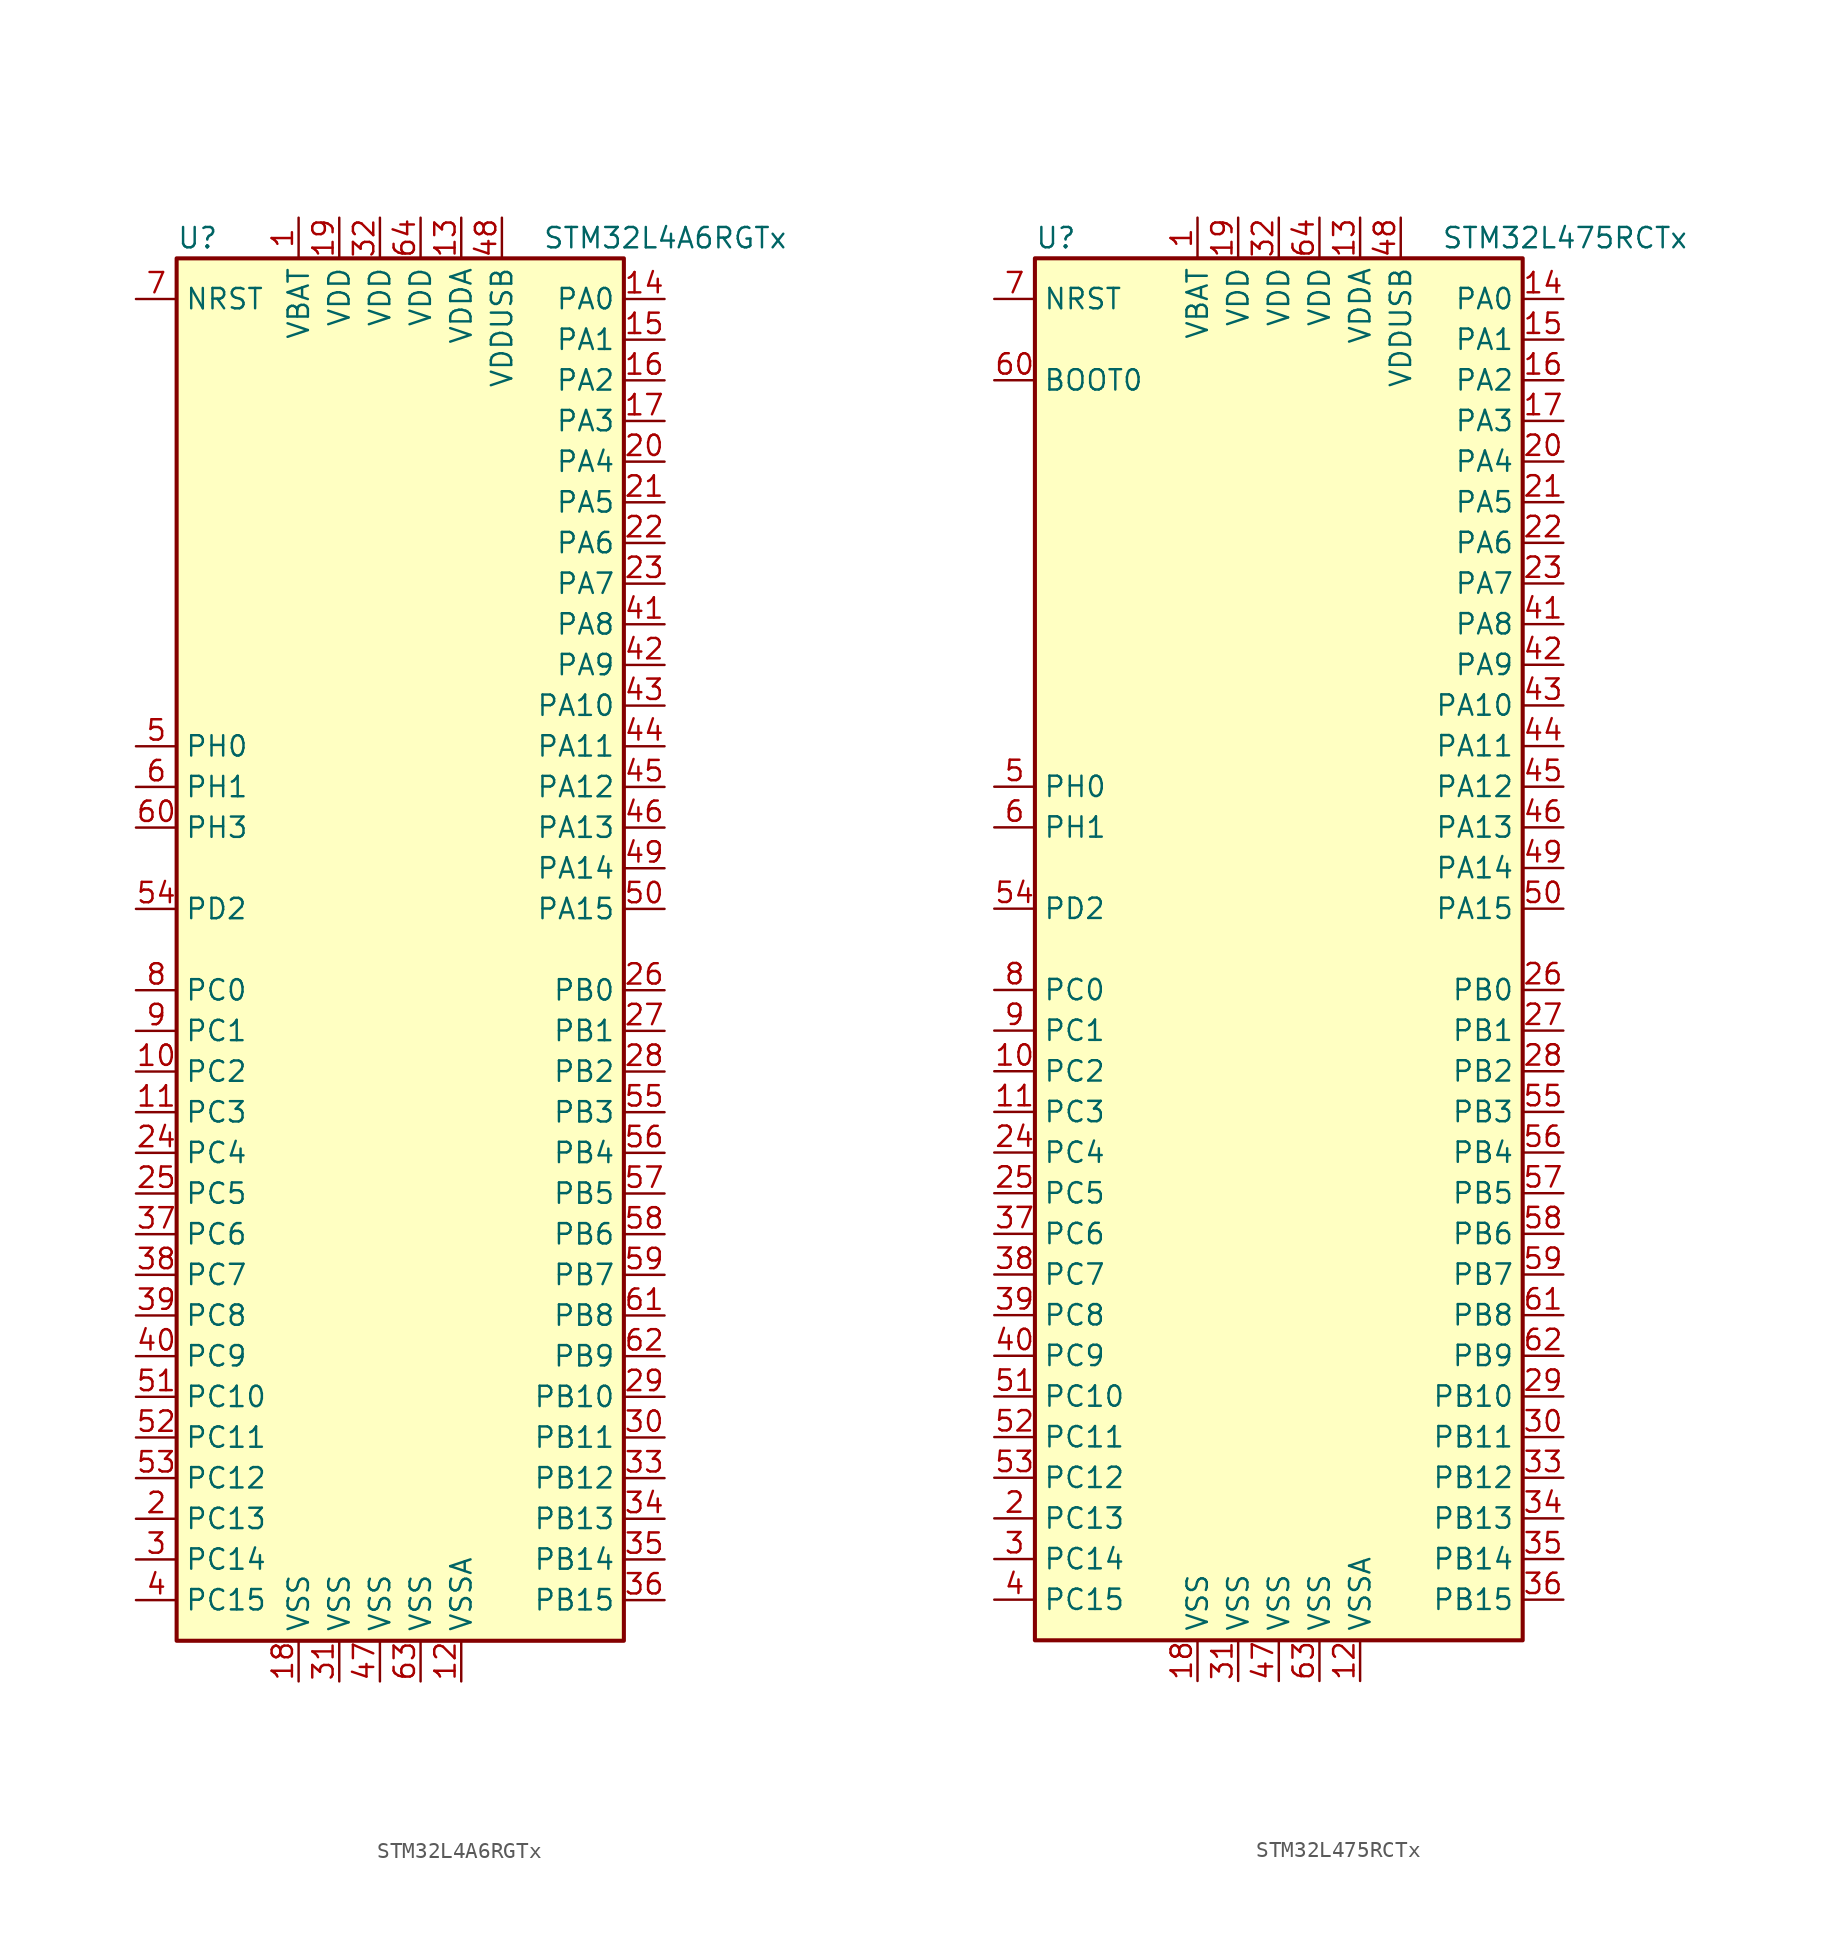
<source format=kicad_sym>
(kicad_symbol_lib
  (version 20220914)
  (generator kicad_symbol_editor)
  (symbol "STM32L4A6RGTx"
    (property "Reference" "U"
      (at -15.24 44.45 0)
      (effects (font (size 1.27 1.27)) (justify left)))
    (property "Value" "STM32L4A6RGTx"
      (at 7.62 44.45 0)
      (effects (font (size 1.27 1.27)) (justify left)))
    (symbol "STM32L4A6RGTx_0_1"
      (rectangle (start -15.24 -43.18) (end 12.7 43.18) (stroke (width 0.254) (type default)) (fill (type background))))
    (symbol "STM32L4A6RGTx_1_1"
      (pin power_in line (at -7.62 45.72 270) (length 2.54) (name "VBAT" (effects (font (size 1.27 1.27)))) (number "1" (effects (font (size 1.27 1.27)))))
      (pin bidirectional line (at -17.78 -7.62 0) (length 2.54) (name "PC2" (effects (font (size 1.27 1.27)))) (number "10" (effects (font (size 1.27 1.27)))))
      (pin bidirectional line (at -17.78 -10.16 0) (length 2.54) (name "PC3" (effects (font (size 1.27 1.27)))) (number "11" (effects (font (size 1.27 1.27)))))
      (pin power_in line (at 2.54 -45.72 90) (length 2.54) (name "VSSA" (effects (font (size 1.27 1.27)))) (number "12" (effects (font (size 1.27 1.27)))))
      (pin power_in line (at 2.54 45.72 270) (length 2.54) (name "VDDA" (effects (font (size 1.27 1.27)))) (number "13" (effects (font (size 1.27 1.27)))))
      (pin bidirectional line (at 15.24 40.64 180) (length 2.54) (name "PA0" (effects (font (size 1.27 1.27)))) (number "14" (effects (font (size 1.27 1.27)))))
      (pin bidirectional line (at 15.24 38.1 180) (length 2.54) (name "PA1" (effects (font (size 1.27 1.27)))) (number "15" (effects (font (size 1.27 1.27)))))
      (pin bidirectional line (at 15.24 35.56 180) (length 2.54) (name "PA2" (effects (font (size 1.27 1.27)))) (number "16" (effects (font (size 1.27 1.27)))))
      (pin bidirectional line (at 15.24 33.02 180) (length 2.54) (name "PA3" (effects (font (size 1.27 1.27)))) (number "17" (effects (font (size 1.27 1.27)))))
      (pin power_in line (at -7.62 -45.72 90) (length 2.54) (name "VSS" (effects (font (size 1.27 1.27)))) (number "18" (effects (font (size 1.27 1.27)))))
      (pin power_in line (at -5.08 45.72 270) (length 2.54) (name "VDD" (effects (font (size 1.27 1.27)))) (number "19" (effects (font (size 1.27 1.27)))))
      (pin bidirectional line (at -17.78 -35.56 0) (length 2.54) (name "PC13" (effects (font (size 1.27 1.27)))) (number "2" (effects (font (size 1.27 1.27)))))
      (pin bidirectional line (at 15.24 30.48 180) (length 2.54) (name "PA4" (effects (font (size 1.27 1.27)))) (number "20" (effects (font (size 1.27 1.27)))))
      (pin bidirectional line (at 15.24 27.94 180) (length 2.54) (name "PA5" (effects (font (size 1.27 1.27)))) (number "21" (effects (font (size 1.27 1.27)))))
      (pin bidirectional line (at 15.24 25.4 180) (length 2.54) (name "PA6" (effects (font (size 1.27 1.27)))) (number "22" (effects (font (size 1.27 1.27)))))
      (pin bidirectional line (at 15.24 22.86 180) (length 2.54) (name "PA7" (effects (font (size 1.27 1.27)))) (number "23" (effects (font (size 1.27 1.27)))))
      (pin bidirectional line (at -17.78 -12.7 0) (length 2.54) (name "PC4" (effects (font (size 1.27 1.27)))) (number "24" (effects (font (size 1.27 1.27)))))
      (pin bidirectional line (at -17.78 -15.24 0) (length 2.54) (name "PC5" (effects (font (size 1.27 1.27)))) (number "25" (effects (font (size 1.27 1.27)))))
      (pin bidirectional line (at 15.24 -2.54 180) (length 2.54) (name "PB0" (effects (font (size 1.27 1.27)))) (number "26" (effects (font (size 1.27 1.27)))))
      (pin bidirectional line (at 15.24 -5.08 180) (length 2.54) (name "PB1" (effects (font (size 1.27 1.27)))) (number "27" (effects (font (size 1.27 1.27)))))
      (pin bidirectional line (at 15.24 -7.62 180) (length 2.54) (name "PB2" (effects (font (size 1.27 1.27)))) (number "28" (effects (font (size 1.27 1.27)))))
      (pin bidirectional line (at 15.24 -27.94 180) (length 2.54) (name "PB10" (effects (font (size 1.27 1.27)))) (number "29" (effects (font (size 1.27 1.27)))))
      (pin bidirectional line (at -17.78 -38.1 0) (length 2.54) (name "PC14" (effects (font (size 1.27 1.27)))) (number "3" (effects (font (size 1.27 1.27)))))
      (pin bidirectional line (at 15.24 -30.48 180) (length 2.54) (name "PB11" (effects (font (size 1.27 1.27)))) (number "30" (effects (font (size 1.27 1.27)))))
      (pin power_in line (at -5.08 -45.72 90) (length 2.54) (name "VSS" (effects (font (size 1.27 1.27)))) (number "31" (effects (font (size 1.27 1.27)))))
      (pin power_in line (at -2.54 45.72 270) (length 2.54) (name "VDD" (effects (font (size 1.27 1.27)))) (number "32" (effects (font (size 1.27 1.27)))))
      (pin bidirectional line (at 15.24 -33.02 180) (length 2.54) (name "PB12" (effects (font (size 1.27 1.27)))) (number "33" (effects (font (size 1.27 1.27)))))
      (pin bidirectional line (at 15.24 -35.56 180) (length 2.54) (name "PB13" (effects (font (size 1.27 1.27)))) (number "34" (effects (font (size 1.27 1.27)))))
      (pin bidirectional line (at 15.24 -38.1 180) (length 2.54) (name "PB14" (effects (font (size 1.27 1.27)))) (number "35" (effects (font (size 1.27 1.27)))))
      (pin bidirectional line (at 15.24 -40.64 180) (length 2.54) (name "PB15" (effects (font (size 1.27 1.27)))) (number "36" (effects (font (size 1.27 1.27)))))
      (pin bidirectional line (at -17.78 -17.78 0) (length 2.54) (name "PC6" (effects (font (size 1.27 1.27)))) (number "37" (effects (font (size 1.27 1.27)))))
      (pin bidirectional line (at -17.78 -20.32 0) (length 2.54) (name "PC7" (effects (font (size 1.27 1.27)))) (number "38" (effects (font (size 1.27 1.27)))))
      (pin bidirectional line (at -17.78 -22.86 0) (length 2.54) (name "PC8" (effects (font (size 1.27 1.27)))) (number "39" (effects (font (size 1.27 1.27)))))
      (pin bidirectional line (at -17.78 -40.64 0) (length 2.54) (name "PC15" (effects (font (size 1.27 1.27)))) (number "4" (effects (font (size 1.27 1.27)))))
      (pin bidirectional line (at -17.78 -25.4 0) (length 2.54) (name "PC9" (effects (font (size 1.27 1.27)))) (number "40" (effects (font (size 1.27 1.27)))))
      (pin bidirectional line (at 15.24 20.32 180) (length 2.54) (name "PA8" (effects (font (size 1.27 1.27)))) (number "41" (effects (font (size 1.27 1.27)))))
      (pin bidirectional line (at 15.24 17.78 180) (length 2.54) (name "PA9" (effects (font (size 1.27 1.27)))) (number "42" (effects (font (size 1.27 1.27)))))
      (pin bidirectional line (at 15.24 15.24 180) (length 2.54) (name "PA10" (effects (font (size 1.27 1.27)))) (number "43" (effects (font (size 1.27 1.27)))))
      (pin bidirectional line (at 15.24 12.7 180) (length 2.54) (name "PA11" (effects (font (size 1.27 1.27)))) (number "44" (effects (font (size 1.27 1.27)))))
      (pin bidirectional line (at 15.24 10.16 180) (length 2.54) (name "PA12" (effects (font (size 1.27 1.27)))) (number "45" (effects (font (size 1.27 1.27)))))
      (pin bidirectional line (at 15.24 7.62 180) (length 2.54) (name "PA13" (effects (font (size 1.27 1.27)))) (number "46" (effects (font (size 1.27 1.27)))))
      (pin power_in line (at -2.54 -45.72 90) (length 2.54) (name "VSS" (effects (font (size 1.27 1.27)))) (number "47" (effects (font (size 1.27 1.27)))))
      (pin power_in line (at 5.08 45.72 270) (length 2.54) (name "VDDUSB" (effects (font (size 1.27 1.27)))) (number "48" (effects (font (size 1.27 1.27)))))
      (pin bidirectional line (at 15.24 5.08 180) (length 2.54) (name "PA14" (effects (font (size 1.27 1.27)))) (number "49" (effects (font (size 1.27 1.27)))))
      (pin input line (at -17.78 12.7 0) (length 2.54) (name "PH0" (effects (font (size 1.27 1.27)))) (number "5" (effects (font (size 1.27 1.27)))))
      (pin bidirectional line (at 15.24 2.54 180) (length 2.54) (name "PA15" (effects (font (size 1.27 1.27)))) (number "50" (effects (font (size 1.27 1.27)))))
      (pin bidirectional line (at -17.78 -27.94 0) (length 2.54) (name "PC10" (effects (font (size 1.27 1.27)))) (number "51" (effects (font (size 1.27 1.27)))))
      (pin bidirectional line (at -17.78 -30.48 0) (length 2.54) (name "PC11" (effects (font (size 1.27 1.27)))) (number "52" (effects (font (size 1.27 1.27)))))
      (pin bidirectional line (at -17.78 -33.02 0) (length 2.54) (name "PC12" (effects (font (size 1.27 1.27)))) (number "53" (effects (font (size 1.27 1.27)))))
      (pin bidirectional line (at -17.78 2.54 0) (length 2.54) (name "PD2" (effects (font (size 1.27 1.27)))) (number "54" (effects (font (size 1.27 1.27)))))
      (pin bidirectional line (at 15.24 -10.16 180) (length 2.54) (name "PB3" (effects (font (size 1.27 1.27)))) (number "55" (effects (font (size 1.27 1.27)))))
      (pin bidirectional line (at 15.24 -12.7 180) (length 2.54) (name "PB4" (effects (font (size 1.27 1.27)))) (number "56" (effects (font (size 1.27 1.27)))))
      (pin bidirectional line (at 15.24 -15.24 180) (length 2.54) (name "PB5" (effects (font (size 1.27 1.27)))) (number "57" (effects (font (size 1.27 1.27)))))
      (pin bidirectional line (at 15.24 -17.78 180) (length 2.54) (name "PB6" (effects (font (size 1.27 1.27)))) (number "58" (effects (font (size 1.27 1.27)))))
      (pin bidirectional line (at 15.24 -20.32 180) (length 2.54) (name "PB7" (effects (font (size 1.27 1.27)))) (number "59" (effects (font (size 1.27 1.27)))))
      (pin input line (at -17.78 10.16 0) (length 2.54) (name "PH1" (effects (font (size 1.27 1.27)))) (number "6" (effects (font (size 1.27 1.27)))))
      (pin bidirectional line (at -17.78 7.62 0) (length 2.54) (name "PH3" (effects (font (size 1.27 1.27)))) (number "60" (effects (font (size 1.27 1.27)))))
      (pin bidirectional line (at 15.24 -22.86 180) (length 2.54) (name "PB8" (effects (font (size 1.27 1.27)))) (number "61" (effects (font (size 1.27 1.27)))))
      (pin bidirectional line (at 15.24 -25.4 180) (length 2.54) (name "PB9" (effects (font (size 1.27 1.27)))) (number "62" (effects (font (size 1.27 1.27)))))
      (pin power_in line (at 0 -45.72 90) (length 2.54) (name "VSS" (effects (font (size 1.27 1.27)))) (number "63" (effects (font (size 1.27 1.27)))))
      (pin power_in line (at 0 45.72 270) (length 2.54) (name "VDD" (effects (font (size 1.27 1.27)))) (number "64" (effects (font (size 1.27 1.27)))))
      (pin input line (at -17.78 40.64 0) (length 2.54) (name "NRST" (effects (font (size 1.27 1.27)))) (number "7" (effects (font (size 1.27 1.27)))))
      (pin bidirectional line (at -17.78 -2.54 0) (length 2.54) (name "PC0" (effects (font (size 1.27 1.27)))) (number "8" (effects (font (size 1.27 1.27)))))
      (pin bidirectional line (at -17.78 -5.08 0) (length 2.54) (name "PC1" (effects (font (size 1.27 1.27)))) (number "9" (effects (font (size 1.27 1.27)))))))
  (symbol "STM32L475RCTx"
    (property "Reference" "U"
      (at -15.24 44.45 0)
      (effects (font (size 1.27 1.27)) (justify left)))
    (property "Value" "STM32L475RCTx"
      (at 10.16 44.45 0)
      (effects (font (size 1.27 1.27)) (justify left)))
    (symbol "STM32L475RCTx_0_1"
      (rectangle (start -15.24 -43.18) (end 15.24 43.18) (stroke (width 0.254) (type default)) (fill (type background))))
    (symbol "STM32L475RCTx_1_1"
      (pin power_in line (at -5.08 45.72 270) (length 2.54) (name "VBAT" (effects (font (size 1.27 1.27)))) (number "1" (effects (font (size 1.27 1.27)))))
      (pin bidirectional line (at -17.78 -7.62 0) (length 2.54) (name "PC2" (effects (font (size 1.27 1.27)))) (number "10" (effects (font (size 1.27 1.27)))))
      (pin bidirectional line (at -17.78 -10.16 0) (length 2.54) (name "PC3" (effects (font (size 1.27 1.27)))) (number "11" (effects (font (size 1.27 1.27)))))
      (pin power_in line (at 5.08 -45.72 90) (length 2.54) (name "VSSA" (effects (font (size 1.27 1.27)))) (number "12" (effects (font (size 1.27 1.27)))))
      (pin power_in line (at 5.08 45.72 270) (length 2.54) (name "VDDA" (effects (font (size 1.27 1.27)))) (number "13" (effects (font (size 1.27 1.27)))))
      (pin bidirectional line (at 17.78 40.64 180) (length 2.54) (name "PA0" (effects (font (size 1.27 1.27)))) (number "14" (effects (font (size 1.27 1.27)))))
      (pin bidirectional line (at 17.78 38.1 180) (length 2.54) (name "PA1" (effects (font (size 1.27 1.27)))) (number "15" (effects (font (size 1.27 1.27)))))
      (pin bidirectional line (at 17.78 35.56 180) (length 2.54) (name "PA2" (effects (font (size 1.27 1.27)))) (number "16" (effects (font (size 1.27 1.27)))))
      (pin bidirectional line (at 17.78 33.02 180) (length 2.54) (name "PA3" (effects (font (size 1.27 1.27)))) (number "17" (effects (font (size 1.27 1.27)))))
      (pin power_in line (at -5.08 -45.72 90) (length 2.54) (name "VSS" (effects (font (size 1.27 1.27)))) (number "18" (effects (font (size 1.27 1.27)))))
      (pin power_in line (at -2.54 45.72 270) (length 2.54) (name "VDD" (effects (font (size 1.27 1.27)))) (number "19" (effects (font (size 1.27 1.27)))))
      (pin bidirectional line (at -17.78 -35.56 0) (length 2.54) (name "PC13" (effects (font (size 1.27 1.27)))) (number "2" (effects (font (size 1.27 1.27)))))
      (pin bidirectional line (at 17.78 30.48 180) (length 2.54) (name "PA4" (effects (font (size 1.27 1.27)))) (number "20" (effects (font (size 1.27 1.27)))))
      (pin bidirectional line (at 17.78 27.94 180) (length 2.54) (name "PA5" (effects (font (size 1.27 1.27)))) (number "21" (effects (font (size 1.27 1.27)))))
      (pin bidirectional line (at 17.78 25.4 180) (length 2.54) (name "PA6" (effects (font (size 1.27 1.27)))) (number "22" (effects (font (size 1.27 1.27)))))
      (pin bidirectional line (at 17.78 22.86 180) (length 2.54) (name "PA7" (effects (font (size 1.27 1.27)))) (number "23" (effects (font (size 1.27 1.27)))))
      (pin bidirectional line (at -17.78 -12.7 0) (length 2.54) (name "PC4" (effects (font (size 1.27 1.27)))) (number "24" (effects (font (size 1.27 1.27)))))
      (pin bidirectional line (at -17.78 -15.24 0) (length 2.54) (name "PC5" (effects (font (size 1.27 1.27)))) (number "25" (effects (font (size 1.27 1.27)))))
      (pin bidirectional line (at 17.78 -2.54 180) (length 2.54) (name "PB0" (effects (font (size 1.27 1.27)))) (number "26" (effects (font (size 1.27 1.27)))))
      (pin bidirectional line (at 17.78 -5.08 180) (length 2.54) (name "PB1" (effects (font (size 1.27 1.27)))) (number "27" (effects (font (size 1.27 1.27)))))
      (pin bidirectional line (at 17.78 -7.62 180) (length 2.54) (name "PB2" (effects (font (size 1.27 1.27)))) (number "28" (effects (font (size 1.27 1.27)))))
      (pin bidirectional line (at 17.78 -27.94 180) (length 2.54) (name "PB10" (effects (font (size 1.27 1.27)))) (number "29" (effects (font (size 1.27 1.27)))))
      (pin bidirectional line (at -17.78 -38.1 0) (length 2.54) (name "PC14" (effects (font (size 1.27 1.27)))) (number "3" (effects (font (size 1.27 1.27)))))
      (pin bidirectional line (at 17.78 -30.48 180) (length 2.54) (name "PB11" (effects (font (size 1.27 1.27)))) (number "30" (effects (font (size 1.27 1.27)))))
      (pin power_in line (at -2.54 -45.72 90) (length 2.54) (name "VSS" (effects (font (size 1.27 1.27)))) (number "31" (effects (font (size 1.27 1.27)))))
      (pin power_in line (at 0 45.72 270) (length 2.54) (name "VDD" (effects (font (size 1.27 1.27)))) (number "32" (effects (font (size 1.27 1.27)))))
      (pin bidirectional line (at 17.78 -33.02 180) (length 2.54) (name "PB12" (effects (font (size 1.27 1.27)))) (number "33" (effects (font (size 1.27 1.27)))))
      (pin bidirectional line (at 17.78 -35.56 180) (length 2.54) (name "PB13" (effects (font (size 1.27 1.27)))) (number "34" (effects (font (size 1.27 1.27)))))
      (pin bidirectional line (at 17.78 -38.1 180) (length 2.54) (name "PB14" (effects (font (size 1.27 1.27)))) (number "35" (effects (font (size 1.27 1.27)))))
      (pin bidirectional line (at 17.78 -40.64 180) (length 2.54) (name "PB15" (effects (font (size 1.27 1.27)))) (number "36" (effects (font (size 1.27 1.27)))))
      (pin bidirectional line (at -17.78 -17.78 0) (length 2.54) (name "PC6" (effects (font (size 1.27 1.27)))) (number "37" (effects (font (size 1.27 1.27)))))
      (pin bidirectional line (at -17.78 -20.32 0) (length 2.54) (name "PC7" (effects (font (size 1.27 1.27)))) (number "38" (effects (font (size 1.27 1.27)))))
      (pin bidirectional line (at -17.78 -22.86 0) (length 2.54) (name "PC8" (effects (font (size 1.27 1.27)))) (number "39" (effects (font (size 1.27 1.27)))))
      (pin bidirectional line (at -17.78 -40.64 0) (length 2.54) (name "PC15" (effects (font (size 1.27 1.27)))) (number "4" (effects (font (size 1.27 1.27)))))
      (pin bidirectional line (at -17.78 -25.4 0) (length 2.54) (name "PC9" (effects (font (size 1.27 1.27)))) (number "40" (effects (font (size 1.27 1.27)))))
      (pin bidirectional line (at 17.78 20.32 180) (length 2.54) (name "PA8" (effects (font (size 1.27 1.27)))) (number "41" (effects (font (size 1.27 1.27)))))
      (pin bidirectional line (at 17.78 17.78 180) (length 2.54) (name "PA9" (effects (font (size 1.27 1.27)))) (number "42" (effects (font (size 1.27 1.27)))))
      (pin bidirectional line (at 17.78 15.24 180) (length 2.54) (name "PA10" (effects (font (size 1.27 1.27)))) (number "43" (effects (font (size 1.27 1.27)))))
      (pin bidirectional line (at 17.78 12.7 180) (length 2.54) (name "PA11" (effects (font (size 1.27 1.27)))) (number "44" (effects (font (size 1.27 1.27)))))
      (pin bidirectional line (at 17.78 10.16 180) (length 2.54) (name "PA12" (effects (font (size 1.27 1.27)))) (number "45" (effects (font (size 1.27 1.27)))))
      (pin bidirectional line (at 17.78 7.62 180) (length 2.54) (name "PA13" (effects (font (size 1.27 1.27)))) (number "46" (effects (font (size 1.27 1.27)))))
      (pin power_in line (at 0 -45.72 90) (length 2.54) (name "VSS" (effects (font (size 1.27 1.27)))) (number "47" (effects (font (size 1.27 1.27)))))
      (pin power_in line (at 7.62 45.72 270) (length 2.54) (name "VDDUSB" (effects (font (size 1.27 1.27)))) (number "48" (effects (font (size 1.27 1.27)))))
      (pin bidirectional line (at 17.78 5.08 180) (length 2.54) (name "PA14" (effects (font (size 1.27 1.27)))) (number "49" (effects (font (size 1.27 1.27)))))
      (pin input line (at -17.78 10.16 0) (length 2.54) (name "PH0" (effects (font (size 1.27 1.27)))) (number "5" (effects (font (size 1.27 1.27)))))
      (pin bidirectional line (at 17.78 2.54 180) (length 2.54) (name "PA15" (effects (font (size 1.27 1.27)))) (number "50" (effects (font (size 1.27 1.27)))))
      (pin bidirectional line (at -17.78 -27.94 0) (length 2.54) (name "PC10" (effects (font (size 1.27 1.27)))) (number "51" (effects (font (size 1.27 1.27)))))
      (pin bidirectional line (at -17.78 -30.48 0) (length 2.54) (name "PC11" (effects (font (size 1.27 1.27)))) (number "52" (effects (font (size 1.27 1.27)))))
      (pin bidirectional line (at -17.78 -33.02 0) (length 2.54) (name "PC12" (effects (font (size 1.27 1.27)))) (number "53" (effects (font (size 1.27 1.27)))))
      (pin bidirectional line (at -17.78 2.54 0) (length 2.54) (name "PD2" (effects (font (size 1.27 1.27)))) (number "54" (effects (font (size 1.27 1.27)))))
      (pin bidirectional line (at 17.78 -10.16 180) (length 2.54) (name "PB3" (effects (font (size 1.27 1.27)))) (number "55" (effects (font (size 1.27 1.27)))))
      (pin bidirectional line (at 17.78 -12.7 180) (length 2.54) (name "PB4" (effects (font (size 1.27 1.27)))) (number "56" (effects (font (size 1.27 1.27)))))
      (pin bidirectional line (at 17.78 -15.24 180) (length 2.54) (name "PB5" (effects (font (size 1.27 1.27)))) (number "57" (effects (font (size 1.27 1.27)))))
      (pin bidirectional line (at 17.78 -17.78 180) (length 2.54) (name "PB6" (effects (font (size 1.27 1.27)))) (number "58" (effects (font (size 1.27 1.27)))))
      (pin bidirectional line (at 17.78 -20.32 180) (length 2.54) (name "PB7" (effects (font (size 1.27 1.27)))) (number "59" (effects (font (size 1.27 1.27)))))
      (pin input line (at -17.78 7.62 0) (length 2.54) (name "PH1" (effects (font (size 1.27 1.27)))) (number "6" (effects (font (size 1.27 1.27)))))
      (pin input line (at -17.78 35.56 0) (length 2.54) (name "BOOT0" (effects (font (size 1.27 1.27)))) (number "60" (effects (font (size 1.27 1.27)))))
      (pin bidirectional line (at 17.78 -22.86 180) (length 2.54) (name "PB8" (effects (font (size 1.27 1.27)))) (number "61" (effects (font (size 1.27 1.27)))))
      (pin bidirectional line (at 17.78 -25.4 180) (length 2.54) (name "PB9" (effects (font (size 1.27 1.27)))) (number "62" (effects (font (size 1.27 1.27)))))
      (pin power_in line (at 2.54 -45.72 90) (length 2.54) (name "VSS" (effects (font (size 1.27 1.27)))) (number "63" (effects (font (size 1.27 1.27)))))
      (pin power_in line (at 2.54 45.72 270) (length 2.54) (name "VDD" (effects (font (size 1.27 1.27)))) (number "64" (effects (font (size 1.27 1.27)))))
      (pin input line (at -17.78 40.64 0) (length 2.54) (name "NRST" (effects (font (size 1.27 1.27)))) (number "7" (effects (font (size 1.27 1.27)))))
      (pin bidirectional line (at -17.78 -2.54 0) (length 2.54) (name "PC0" (effects (font (size 1.27 1.27)))) (number "8" (effects (font (size 1.27 1.27)))))
      (pin bidirectional line (at -17.78 -5.08 0) (length 2.54) (name "PC1" (effects (font (size 1.27 1.27)))) (number "9" (effects (font (size 1.27 1.27))))))))
</source>
